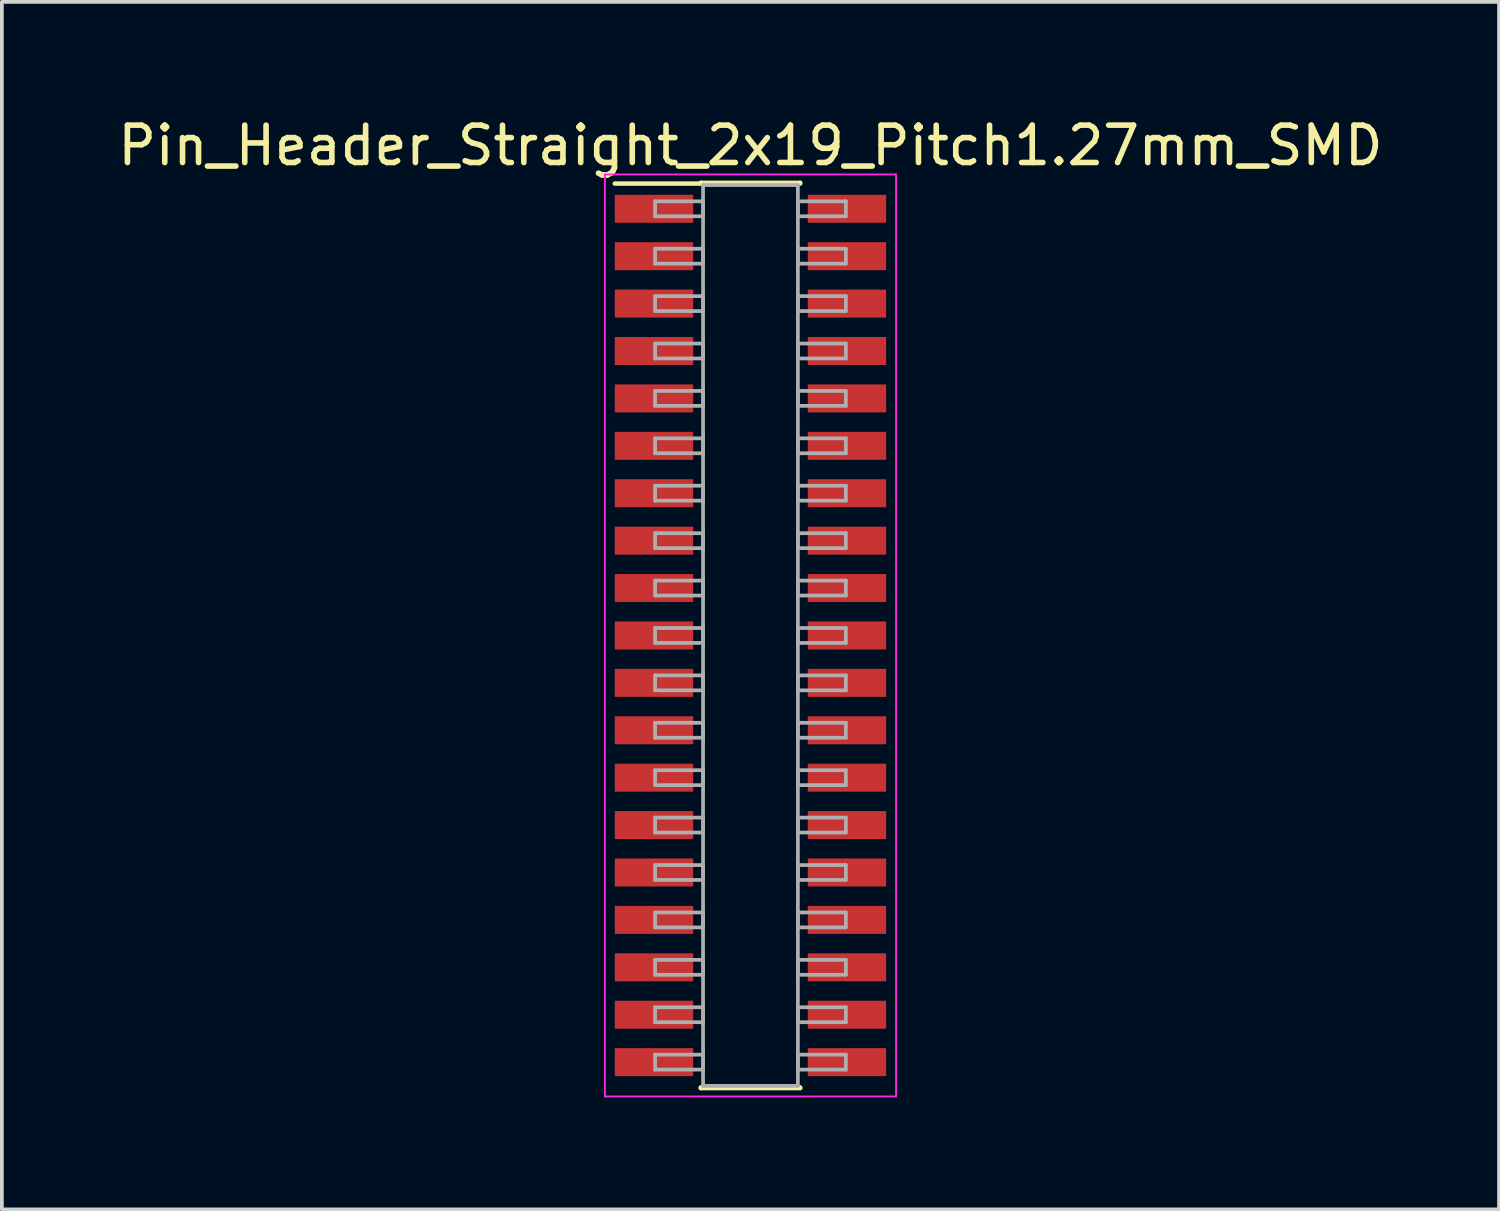
<source format=kicad_pcb>
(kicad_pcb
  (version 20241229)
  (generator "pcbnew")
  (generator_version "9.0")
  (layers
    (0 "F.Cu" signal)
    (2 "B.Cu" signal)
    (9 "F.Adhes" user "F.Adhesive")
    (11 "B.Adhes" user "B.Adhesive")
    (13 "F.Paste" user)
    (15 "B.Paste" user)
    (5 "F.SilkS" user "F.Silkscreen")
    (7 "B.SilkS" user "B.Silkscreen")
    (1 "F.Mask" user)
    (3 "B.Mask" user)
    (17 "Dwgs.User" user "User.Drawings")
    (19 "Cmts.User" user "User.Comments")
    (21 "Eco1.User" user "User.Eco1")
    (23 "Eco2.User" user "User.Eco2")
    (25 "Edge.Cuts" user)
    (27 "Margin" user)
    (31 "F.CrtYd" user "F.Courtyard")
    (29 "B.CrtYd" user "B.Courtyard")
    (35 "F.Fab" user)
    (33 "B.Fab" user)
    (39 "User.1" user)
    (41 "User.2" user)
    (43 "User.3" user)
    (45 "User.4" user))
  (footprint "Pin_Header_Straight_2x19_Pitch1.27mm_SMD"
    (layer "F.Cu")
    (at 17.054 13.973)
    (property "Reference" "Pin_Header_Straight_2x19_Pitch1.27mm_SMD" (at 0 -13.125 0) (layer "F.SilkS") (effects (font (size 1 1) (thickness 0.15))))
    (attr smd)
    (fp_line (start -3.635 -12.105) (end -1.33 -12.105) (stroke (width 0.12) (type solid)) (layer "F.SilkS"))
    (fp_line (start -1.33 -12.125) (end 1.33 -12.125) (stroke (width 0.12) (type solid)) (layer "F.SilkS"))
    (fp_line (start -1.33 -12.105) (end -1.33 -12.125) (stroke (width 0.12) (type solid)) (layer "F.SilkS"))
    (fp_line (start -1.33 12.105) (end -1.33 12.125) (stroke (width 0.12) (type solid)) (layer "F.SilkS"))
    (fp_line (start -1.33 12.125) (end 1.33 12.125) (stroke (width 0.12) (type solid)) (layer "F.SilkS"))
    (fp_line (start 1.33 -12.125) (end 1.33 -12.105) (stroke (width 0.12) (type solid)) (layer "F.SilkS"))
    (fp_line (start 1.33 12.125) (end 1.33 12.105) (stroke (width 0.12) (type solid)) (layer "F.SilkS"))
    (fp_line (start -3.9 -12.35) (end -3.9 12.35) (stroke (width 0.05) (type solid)) (layer "F.CrtYd"))
    (fp_line (start -3.9 12.35) (end 3.9 12.35) (stroke (width 0.05) (type solid)) (layer "F.CrtYd"))
    (fp_line (start 3.9 -12.35) (end -3.9 -12.35) (stroke (width 0.05) (type solid)) (layer "F.CrtYd"))
    (fp_line (start 3.9 12.35) (end 3.9 -12.35) (stroke (width 0.05) (type solid)) (layer "F.CrtYd"))
    (fp_line (start -2.555 -11.63) (end -1.27 -11.63) (stroke (width 0.1) (type solid)) (layer "F.Fab"))
    (fp_line (start -2.555 -11.23) (end -2.555 -11.63) (stroke (width 0.1) (type solid)) (layer "F.Fab"))
    (fp_line (start -2.555 -10.36) (end -1.27 -10.36) (stroke (width 0.1) (type solid)) (layer "F.Fab"))
    (fp_line (start -2.555 -9.96) (end -2.555 -10.36) (stroke (width 0.1) (type solid)) (layer "F.Fab"))
    (fp_line (start -2.555 -9.09) (end -1.27 -9.09) (stroke (width 0.1) (type solid)) (layer "F.Fab"))
    (fp_line (start -2.555 -8.69) (end -2.555 -9.09) (stroke (width 0.1) (type solid)) (layer "F.Fab"))
    (fp_line (start -2.555 -7.82) (end -1.27 -7.82) (stroke (width 0.1) (type solid)) (layer "F.Fab"))
    (fp_line (start -2.555 -7.42) (end -2.555 -7.82) (stroke (width 0.1) (type solid)) (layer "F.Fab"))
    (fp_line (start -2.555 -6.55) (end -1.27 -6.55) (stroke (width 0.1) (type solid)) (layer "F.Fab"))
    (fp_line (start -2.555 -6.15) (end -2.555 -6.55) (stroke (width 0.1) (type solid)) (layer "F.Fab"))
    (fp_line (start -2.555 -5.28) (end -1.27 -5.28) (stroke (width 0.1) (type solid)) (layer "F.Fab"))
    (fp_line (start -2.555 -4.88) (end -2.555 -5.28) (stroke (width 0.1) (type solid)) (layer "F.Fab"))
    (fp_line (start -2.555 -4.01) (end -1.27 -4.01) (stroke (width 0.1) (type solid)) (layer "F.Fab"))
    (fp_line (start -2.555 -3.61) (end -2.555 -4.01) (stroke (width 0.1) (type solid)) (layer "F.Fab"))
    (fp_line (start -2.555 -2.74) (end -1.27 -2.74) (stroke (width 0.1) (type solid)) (layer "F.Fab"))
    (fp_line (start -2.555 -2.34) (end -2.555 -2.74) (stroke (width 0.1) (type solid)) (layer "F.Fab"))
    (fp_line (start -2.555 -1.47) (end -1.27 -1.47) (stroke (width 0.1) (type solid)) (layer "F.Fab"))
    (fp_line (start -2.555 -1.07) (end -2.555 -1.47) (stroke (width 0.1) (type solid)) (layer "F.Fab"))
    (fp_line (start -2.555 -0.2) (end -1.27 -0.2) (stroke (width 0.1) (type solid)) (layer "F.Fab"))
    (fp_line (start -2.555 0.2) (end -2.555 -0.2) (stroke (width 0.1) (type solid)) (layer "F.Fab"))
    (fp_line (start -2.555 1.07) (end -1.27 1.07) (stroke (width 0.1) (type solid)) (layer "F.Fab"))
    (fp_line (start -2.555 1.47) (end -2.555 1.07) (stroke (width 0.1) (type solid)) (layer "F.Fab"))
    (fp_line (start -2.555 2.34) (end -1.27 2.34) (stroke (width 0.1) (type solid)) (layer "F.Fab"))
    (fp_line (start -2.555 2.74) (end -2.555 2.34) (stroke (width 0.1) (type solid)) (layer "F.Fab"))
    (fp_line (start -2.555 3.61) (end -1.27 3.61) (stroke (width 0.1) (type solid)) (layer "F.Fab"))
    (fp_line (start -2.555 4.01) (end -2.555 3.61) (stroke (width 0.1) (type solid)) (layer "F.Fab"))
    (fp_line (start -2.555 4.88) (end -1.27 4.88) (stroke (width 0.1) (type solid)) (layer "F.Fab"))
    (fp_line (start -2.555 5.28) (end -2.555 4.88) (stroke (width 0.1) (type solid)) (layer "F.Fab"))
    (fp_line (start -2.555 6.15) (end -1.27 6.15) (stroke (width 0.1) (type solid)) (layer "F.Fab"))
    (fp_line (start -2.555 6.55) (end -2.555 6.15) (stroke (width 0.1) (type solid)) (layer "F.Fab"))
    (fp_line (start -2.555 7.42) (end -1.27 7.42) (stroke (width 0.1) (type solid)) (layer "F.Fab"))
    (fp_line (start -2.555 7.82) (end -2.555 7.42) (stroke (width 0.1) (type solid)) (layer "F.Fab"))
    (fp_line (start -2.555 8.69) (end -1.27 8.69) (stroke (width 0.1) (type solid)) (layer "F.Fab"))
    (fp_line (start -2.555 9.09) (end -2.555 8.69) (stroke (width 0.1) (type solid)) (layer "F.Fab"))
    (fp_line (start -2.555 9.96) (end -1.27 9.96) (stroke (width 0.1) (type solid)) (layer "F.Fab"))
    (fp_line (start -2.555 10.36) (end -2.555 9.96) (stroke (width 0.1) (type solid)) (layer "F.Fab"))
    (fp_line (start -2.555 11.23) (end -1.27 11.23) (stroke (width 0.1) (type solid)) (layer "F.Fab"))
    (fp_line (start -2.555 11.63) (end -2.555 11.23) (stroke (width 0.1) (type solid)) (layer "F.Fab"))
    (fp_line (start -1.27 -12.065) (end -1.27 12.065) (stroke (width 0.1) (type solid)) (layer "F.Fab"))
    (fp_line (start -1.27 -11.63) (end -1.27 -11.23) (stroke (width 0.1) (type solid)) (layer "F.Fab"))
    (fp_line (start -1.27 -11.23) (end -2.555 -11.23) (stroke (width 0.1) (type solid)) (layer "F.Fab"))
    (fp_line (start -1.27 -10.36) (end -1.27 -9.96) (stroke (width 0.1) (type solid)) (layer "F.Fab"))
    (fp_line (start -1.27 -9.96) (end -2.555 -9.96) (stroke (width 0.1) (type solid)) (layer "F.Fab"))
    (fp_line (start -1.27 -9.09) (end -1.27 -8.69) (stroke (width 0.1) (type solid)) (layer "F.Fab"))
    (fp_line (start -1.27 -8.69) (end -2.555 -8.69) (stroke (width 0.1) (type solid)) (layer "F.Fab"))
    (fp_line (start -1.27 -7.82) (end -1.27 -7.42) (stroke (width 0.1) (type solid)) (layer "F.Fab"))
    (fp_line (start -1.27 -7.42) (end -2.555 -7.42) (stroke (width 0.1) (type solid)) (layer "F.Fab"))
    (fp_line (start -1.27 -6.55) (end -1.27 -6.15) (stroke (width 0.1) (type solid)) (layer "F.Fab"))
    (fp_line (start -1.27 -6.15) (end -2.555 -6.15) (stroke (width 0.1) (type solid)) (layer "F.Fab"))
    (fp_line (start -1.27 -5.28) (end -1.27 -4.88) (stroke (width 0.1) (type solid)) (layer "F.Fab"))
    (fp_line (start -1.27 -4.88) (end -2.555 -4.88) (stroke (width 0.1) (type solid)) (layer "F.Fab"))
    (fp_line (start -1.27 -4.01) (end -1.27 -3.61) (stroke (width 0.1) (type solid)) (layer "F.Fab"))
    (fp_line (start -1.27 -3.61) (end -2.555 -3.61) (stroke (width 0.1) (type solid)) (layer "F.Fab"))
    (fp_line (start -1.27 -2.74) (end -1.27 -2.34) (stroke (width 0.1) (type solid)) (layer "F.Fab"))
    (fp_line (start -1.27 -2.34) (end -2.555 -2.34) (stroke (width 0.1) (type solid)) (layer "F.Fab"))
    (fp_line (start -1.27 -1.47) (end -1.27 -1.07) (stroke (width 0.1) (type solid)) (layer "F.Fab"))
    (fp_line (start -1.27 -1.07) (end -2.555 -1.07) (stroke (width 0.1) (type solid)) (layer "F.Fab"))
    (fp_line (start -1.27 -0.2) (end -1.27 0.2) (stroke (width 0.1) (type solid)) (layer "F.Fab"))
    (fp_line (start -1.27 0.2) (end -2.555 0.2) (stroke (width 0.1) (type solid)) (layer "F.Fab"))
    (fp_line (start -1.27 1.07) (end -1.27 1.47) (stroke (width 0.1) (type solid)) (layer "F.Fab"))
    (fp_line (start -1.27 1.47) (end -2.555 1.47) (stroke (width 0.1) (type solid)) (layer "F.Fab"))
    (fp_line (start -1.27 2.34) (end -1.27 2.74) (stroke (width 0.1) (type solid)) (layer "F.Fab"))
    (fp_line (start -1.27 2.74) (end -2.555 2.74) (stroke (width 0.1) (type solid)) (layer "F.Fab"))
    (fp_line (start -1.27 3.61) (end -1.27 4.01) (stroke (width 0.1) (type solid)) (layer "F.Fab"))
    (fp_line (start -1.27 4.01) (end -2.555 4.01) (stroke (width 0.1) (type solid)) (layer "F.Fab"))
    (fp_line (start -1.27 4.88) (end -1.27 5.28) (stroke (width 0.1) (type solid)) (layer "F.Fab"))
    (fp_line (start -1.27 5.28) (end -2.555 5.28) (stroke (width 0.1) (type solid)) (layer "F.Fab"))
    (fp_line (start -1.27 6.15) (end -1.27 6.55) (stroke (width 0.1) (type solid)) (layer "F.Fab"))
    (fp_line (start -1.27 6.55) (end -2.555 6.55) (stroke (width 0.1) (type solid)) (layer "F.Fab"))
    (fp_line (start -1.27 7.42) (end -1.27 7.82) (stroke (width 0.1) (type solid)) (layer "F.Fab"))
    (fp_line (start -1.27 7.82) (end -2.555 7.82) (stroke (width 0.1) (type solid)) (layer "F.Fab"))
    (fp_line (start -1.27 8.69) (end -1.27 9.09) (stroke (width 0.1) (type solid)) (layer "F.Fab"))
    (fp_line (start -1.27 9.09) (end -2.555 9.09) (stroke (width 0.1) (type solid)) (layer "F.Fab"))
    (fp_line (start -1.27 9.96) (end -1.27 10.36) (stroke (width 0.1) (type solid)) (layer "F.Fab"))
    (fp_line (start -1.27 10.36) (end -2.555 10.36) (stroke (width 0.1) (type solid)) (layer "F.Fab"))
    (fp_line (start -1.27 11.23) (end -1.27 11.63) (stroke (width 0.1) (type solid)) (layer "F.Fab"))
    (fp_line (start -1.27 11.63) (end -2.555 11.63) (stroke (width 0.1) (type solid)) (layer "F.Fab"))
    (fp_line (start -1.27 12.065) (end 1.27 12.065) (stroke (width 0.1) (type solid)) (layer "F.Fab"))
    (fp_line (start 1.27 -12.065) (end -1.27 -12.065) (stroke (width 0.1) (type solid)) (layer "F.Fab"))
    (fp_line (start 1.27 -11.63) (end 1.27 -11.23) (stroke (width 0.1) (type solid)) (layer "F.Fab"))
    (fp_line (start 1.27 -11.23) (end 2.555 -11.23) (stroke (width 0.1) (type solid)) (layer "F.Fab"))
    (fp_line (start 1.27 -10.36) (end 1.27 -9.96) (stroke (width 0.1) (type solid)) (layer "F.Fab"))
    (fp_line (start 1.27 -9.96) (end 2.555 -9.96) (stroke (width 0.1) (type solid)) (layer "F.Fab"))
    (fp_line (start 1.27 -9.09) (end 1.27 -8.69) (stroke (width 0.1) (type solid)) (layer "F.Fab"))
    (fp_line (start 1.27 -8.69) (end 2.555 -8.69) (stroke (width 0.1) (type solid)) (layer "F.Fab"))
    (fp_line (start 1.27 -7.82) (end 1.27 -7.42) (stroke (width 0.1) (type solid)) (layer "F.Fab"))
    (fp_line (start 1.27 -7.42) (end 2.555 -7.42) (stroke (width 0.1) (type solid)) (layer "F.Fab"))
    (fp_line (start 1.27 -6.55) (end 1.27 -6.15) (stroke (width 0.1) (type solid)) (layer "F.Fab"))
    (fp_line (start 1.27 -6.15) (end 2.555 -6.15) (stroke (width 0.1) (type solid)) (layer "F.Fab"))
    (fp_line (start 1.27 -5.28) (end 1.27 -4.88) (stroke (width 0.1) (type solid)) (layer "F.Fab"))
    (fp_line (start 1.27 -4.88) (end 2.555 -4.88) (stroke (width 0.1) (type solid)) (layer "F.Fab"))
    (fp_line (start 1.27 -4.01) (end 1.27 -3.61) (stroke (width 0.1) (type solid)) (layer "F.Fab"))
    (fp_line (start 1.27 -3.61) (end 2.555 -3.61) (stroke (width 0.1) (type solid)) (layer "F.Fab"))
    (fp_line (start 1.27 -2.74) (end 1.27 -2.34) (stroke (width 0.1) (type solid)) (layer "F.Fab"))
    (fp_line (start 1.27 -2.34) (end 2.555 -2.34) (stroke (width 0.1) (type solid)) (layer "F.Fab"))
    (fp_line (start 1.27 -1.47) (end 1.27 -1.07) (stroke (width 0.1) (type solid)) (layer "F.Fab"))
    (fp_line (start 1.27 -1.07) (end 2.555 -1.07) (stroke (width 0.1) (type solid)) (layer "F.Fab"))
    (fp_line (start 1.27 -0.2) (end 1.27 0.2) (stroke (width 0.1) (type solid)) (layer "F.Fab"))
    (fp_line (start 1.27 0.2) (end 2.555 0.2) (stroke (width 0.1) (type solid)) (layer "F.Fab"))
    (fp_line (start 1.27 1.07) (end 1.27 1.47) (stroke (width 0.1) (type solid)) (layer "F.Fab"))
    (fp_line (start 1.27 1.47) (end 2.555 1.47) (stroke (width 0.1) (type solid)) (layer "F.Fab"))
    (fp_line (start 1.27 2.34) (end 1.27 2.74) (stroke (width 0.1) (type solid)) (layer "F.Fab"))
    (fp_line (start 1.27 2.74) (end 2.555 2.74) (stroke (width 0.1) (type solid)) (layer "F.Fab"))
    (fp_line (start 1.27 3.61) (end 1.27 4.01) (stroke (width 0.1) (type solid)) (layer "F.Fab"))
    (fp_line (start 1.27 4.01) (end 2.555 4.01) (stroke (width 0.1) (type solid)) (layer "F.Fab"))
    (fp_line (start 1.27 4.88) (end 1.27 5.28) (stroke (width 0.1) (type solid)) (layer "F.Fab"))
    (fp_line (start 1.27 5.28) (end 2.555 5.28) (stroke (width 0.1) (type solid)) (layer "F.Fab"))
    (fp_line (start 1.27 6.15) (end 1.27 6.55) (stroke (width 0.1) (type solid)) (layer "F.Fab"))
    (fp_line (start 1.27 6.55) (end 2.555 6.55) (stroke (width 0.1) (type solid)) (layer "F.Fab"))
    (fp_line (start 1.27 7.42) (end 1.27 7.82) (stroke (width 0.1) (type solid)) (layer "F.Fab"))
    (fp_line (start 1.27 7.82) (end 2.555 7.82) (stroke (width 0.1) (type solid)) (layer "F.Fab"))
    (fp_line (start 1.27 8.69) (end 1.27 9.09) (stroke (width 0.1) (type solid)) (layer "F.Fab"))
    (fp_line (start 1.27 9.09) (end 2.555 9.09) (stroke (width 0.1) (type solid)) (layer "F.Fab"))
    (fp_line (start 1.27 9.96) (end 1.27 10.36) (stroke (width 0.1) (type solid)) (layer "F.Fab"))
    (fp_line (start 1.27 10.36) (end 2.555 10.36) (stroke (width 0.1) (type solid)) (layer "F.Fab"))
    (fp_line (start 1.27 11.23) (end 1.27 11.63) (stroke (width 0.1) (type solid)) (layer "F.Fab"))
    (fp_line (start 1.27 11.63) (end 2.555 11.63) (stroke (width 0.1) (type solid)) (layer "F.Fab"))
    (fp_line (start 1.27 12.065) (end 1.27 -12.065) (stroke (width 0.1) (type solid)) (layer "F.Fab"))
    (fp_line (start 2.555 -11.63) (end 1.27 -11.63) (stroke (width 0.1) (type solid)) (layer "F.Fab"))
    (fp_line (start 2.555 -11.23) (end 2.555 -11.63) (stroke (width 0.1) (type solid)) (layer "F.Fab"))
    (fp_line (start 2.555 -10.36) (end 1.27 -10.36) (stroke (width 0.1) (type solid)) (layer "F.Fab"))
    (fp_line (start 2.555 -9.96) (end 2.555 -10.36) (stroke (width 0.1) (type solid)) (layer "F.Fab"))
    (fp_line (start 2.555 -9.09) (end 1.27 -9.09) (stroke (width 0.1) (type solid)) (layer "F.Fab"))
    (fp_line (start 2.555 -8.69) (end 2.555 -9.09) (stroke (width 0.1) (type solid)) (layer "F.Fab"))
    (fp_line (start 2.555 -7.82) (end 1.27 -7.82) (stroke (width 0.1) (type solid)) (layer "F.Fab"))
    (fp_line (start 2.555 -7.42) (end 2.555 -7.82) (stroke (width 0.1) (type solid)) (layer "F.Fab"))
    (fp_line (start 2.555 -6.55) (end 1.27 -6.55) (stroke (width 0.1) (type solid)) (layer "F.Fab"))
    (fp_line (start 2.555 -6.15) (end 2.555 -6.55) (stroke (width 0.1) (type solid)) (layer "F.Fab"))
    (fp_line (start 2.555 -5.28) (end 1.27 -5.28) (stroke (width 0.1) (type solid)) (layer "F.Fab"))
    (fp_line (start 2.555 -4.88) (end 2.555 -5.28) (stroke (width 0.1) (type solid)) (layer "F.Fab"))
    (fp_line (start 2.555 -4.01) (end 1.27 -4.01) (stroke (width 0.1) (type solid)) (layer "F.Fab"))
    (fp_line (start 2.555 -3.61) (end 2.555 -4.01) (stroke (width 0.1) (type solid)) (layer "F.Fab"))
    (fp_line (start 2.555 -2.74) (end 1.27 -2.74) (stroke (width 0.1) (type solid)) (layer "F.Fab"))
    (fp_line (start 2.555 -2.34) (end 2.555 -2.74) (stroke (width 0.1) (type solid)) (layer "F.Fab"))
    (fp_line (start 2.555 -1.47) (end 1.27 -1.47) (stroke (width 0.1) (type solid)) (layer "F.Fab"))
    (fp_line (start 2.555 -1.07) (end 2.555 -1.47) (stroke (width 0.1) (type solid)) (layer "F.Fab"))
    (fp_line (start 2.555 -0.2) (end 1.27 -0.2) (stroke (width 0.1) (type solid)) (layer "F.Fab"))
    (fp_line (start 2.555 0.2) (end 2.555 -0.2) (stroke (width 0.1) (type solid)) (layer "F.Fab"))
    (fp_line (start 2.555 1.07) (end 1.27 1.07) (stroke (width 0.1) (type solid)) (layer "F.Fab"))
    (fp_line (start 2.555 1.47) (end 2.555 1.07) (stroke (width 0.1) (type solid)) (layer "F.Fab"))
    (fp_line (start 2.555 2.34) (end 1.27 2.34) (stroke (width 0.1) (type solid)) (layer "F.Fab"))
    (fp_line (start 2.555 2.74) (end 2.555 2.34) (stroke (width 0.1) (type solid)) (layer "F.Fab"))
    (fp_line (start 2.555 3.61) (end 1.27 3.61) (stroke (width 0.1) (type solid)) (layer "F.Fab"))
    (fp_line (start 2.555 4.01) (end 2.555 3.61) (stroke (width 0.1) (type solid)) (layer "F.Fab"))
    (fp_line (start 2.555 4.88) (end 1.27 4.88) (stroke (width 0.1) (type solid)) (layer "F.Fab"))
    (fp_line (start 2.555 5.28) (end 2.555 4.88) (stroke (width 0.1) (type solid)) (layer "F.Fab"))
    (fp_line (start 2.555 6.15) (end 1.27 6.15) (stroke (width 0.1) (type solid)) (layer "F.Fab"))
    (fp_line (start 2.555 6.55) (end 2.555 6.15) (stroke (width 0.1) (type solid)) (layer "F.Fab"))
    (fp_line (start 2.555 7.42) (end 1.27 7.42) (stroke (width 0.1) (type solid)) (layer "F.Fab"))
    (fp_line (start 2.555 7.82) (end 2.555 7.42) (stroke (width 0.1) (type solid)) (layer "F.Fab"))
    (fp_line (start 2.555 8.69) (end 1.27 8.69) (stroke (width 0.1) (type solid)) (layer "F.Fab"))
    (fp_line (start 2.555 9.09) (end 2.555 8.69) (stroke (width 0.1) (type solid)) (layer "F.Fab"))
    (fp_line (start 2.555 9.96) (end 1.27 9.96) (stroke (width 0.1) (type solid)) (layer "F.Fab"))
    (fp_line (start 2.555 10.36) (end 2.555 9.96) (stroke (width 0.1) (type solid)) (layer "F.Fab"))
    (fp_line (start 2.555 11.23) (end 1.27 11.23) (stroke (width 0.1) (type solid)) (layer "F.Fab"))
    (fp_line (start 2.555 11.63) (end 2.555 11.23) (stroke (width 0.1) (type solid)) (layer "F.Fab"))
    (pad "1" smd rect (at -2.585 -11.43) (size 2.1 0.75) (layers "F.Cu" "F.Mask"))
    (pad "2" smd rect (at 2.585 -11.43) (size 2.1 0.75) (layers "F.Cu" "F.Mask"))
    (pad "3" smd rect (at -2.585 -10.16) (size 2.1 0.75) (layers "F.Cu" "F.Mask"))
    (pad "4" smd rect (at 2.585 -10.16) (size 2.1 0.75) (layers "F.Cu" "F.Mask"))
    (pad "5" smd rect (at -2.585 -8.89) (size 2.1 0.75) (layers "F.Cu" "F.Mask"))
    (pad "6" smd rect (at 2.585 -8.89) (size 2.1 0.75) (layers "F.Cu" "F.Mask"))
    (pad "7" smd rect (at -2.585 -7.62) (size 2.1 0.75) (layers "F.Cu" "F.Mask"))
    (pad "8" smd rect (at 2.585 -7.62) (size 2.1 0.75) (layers "F.Cu" "F.Mask"))
    (pad "9" smd rect (at -2.585 -6.35) (size 2.1 0.75) (layers "F.Cu" "F.Mask"))
    (pad "10" smd rect (at 2.585 -6.35) (size 2.1 0.75) (layers "F.Cu" "F.Mask"))
    (pad "11" smd rect (at -2.585 -5.08) (size 2.1 0.75) (layers "F.Cu" "F.Mask"))
    (pad "12" smd rect (at 2.585 -5.08) (size 2.1 0.75) (layers "F.Cu" "F.Mask"))
    (pad "13" smd rect (at -2.585 -3.81) (size 2.1 0.75) (layers "F.Cu" "F.Mask"))
    (pad "14" smd rect (at 2.585 -3.81) (size 2.1 0.75) (layers "F.Cu" "F.Mask"))
    (pad "15" smd rect (at -2.585 -2.54) (size 2.1 0.75) (layers "F.Cu" "F.Mask"))
    (pad "16" smd rect (at 2.585 -2.54) (size 2.1 0.75) (layers "F.Cu" "F.Mask"))
    (pad "17" smd rect (at -2.585 -1.27) (size 2.1 0.75) (layers "F.Cu" "F.Mask"))
    (pad "18" smd rect (at 2.585 -1.27) (size 2.1 0.75) (layers "F.Cu" "F.Mask"))
    (pad "19" smd rect (at -2.585 0) (size 2.1 0.75) (layers "F.Cu" "F.Mask"))
    (pad "20" smd rect (at 2.585 0) (size 2.1 0.75) (layers "F.Cu" "F.Mask"))
    (pad "21" smd rect (at -2.585 1.27) (size 2.1 0.75) (layers "F.Cu" "F.Mask"))
    (pad "22" smd rect (at 2.585 1.27) (size 2.1 0.75) (layers "F.Cu" "F.Mask"))
    (pad "23" smd rect (at -2.585 2.54) (size 2.1 0.75) (layers "F.Cu" "F.Mask"))
    (pad "24" smd rect (at 2.585 2.54) (size 2.1 0.75) (layers "F.Cu" "F.Mask"))
    (pad "25" smd rect (at -2.585 3.81) (size 2.1 0.75) (layers "F.Cu" "F.Mask"))
    (pad "26" smd rect (at 2.585 3.81) (size 2.1 0.75) (layers "F.Cu" "F.Mask"))
    (pad "27" smd rect (at -2.585 5.08) (size 2.1 0.75) (layers "F.Cu" "F.Mask"))
    (pad "28" smd rect (at 2.585 5.08) (size 2.1 0.75) (layers "F.Cu" "F.Mask"))
    (pad "29" smd rect (at -2.585 6.35) (size 2.1 0.75) (layers "F.Cu" "F.Mask"))
    (pad "30" smd rect (at 2.585 6.35) (size 2.1 0.75) (layers "F.Cu" "F.Mask"))
    (pad "31" smd rect (at -2.585 7.62) (size 2.1 0.75) (layers "F.Cu" "F.Mask"))
    (pad "32" smd rect (at 2.585 7.62) (size 2.1 0.75) (layers "F.Cu" "F.Mask"))
    (pad "33" smd rect (at -2.585 8.89) (size 2.1 0.75) (layers "F.Cu" "F.Mask"))
    (pad "34" smd rect (at 2.585 8.89) (size 2.1 0.75) (layers "F.Cu" "F.Mask"))
    (pad "35" smd rect (at -2.585 10.16) (size 2.1 0.75) (layers "F.Cu" "F.Mask"))
    (pad "36" smd rect (at 2.585 10.16) (size 2.1 0.75) (layers "F.Cu" "F.Mask"))
    (pad "37" smd rect (at -2.585 11.43) (size 2.1 0.75) (layers "F.Cu" "F.Mask"))
    (pad "38" smd rect (at 2.585 11.43) (size 2.1 0.75) (layers "F.Cu" "F.Mask")))
  (gr_rect
    (start -3 -3)
    (end 37.107 29.348)
    (stroke (width 0.1) (type default))
    (fill no)
    (layer "Edge.Cuts")))
</source>
